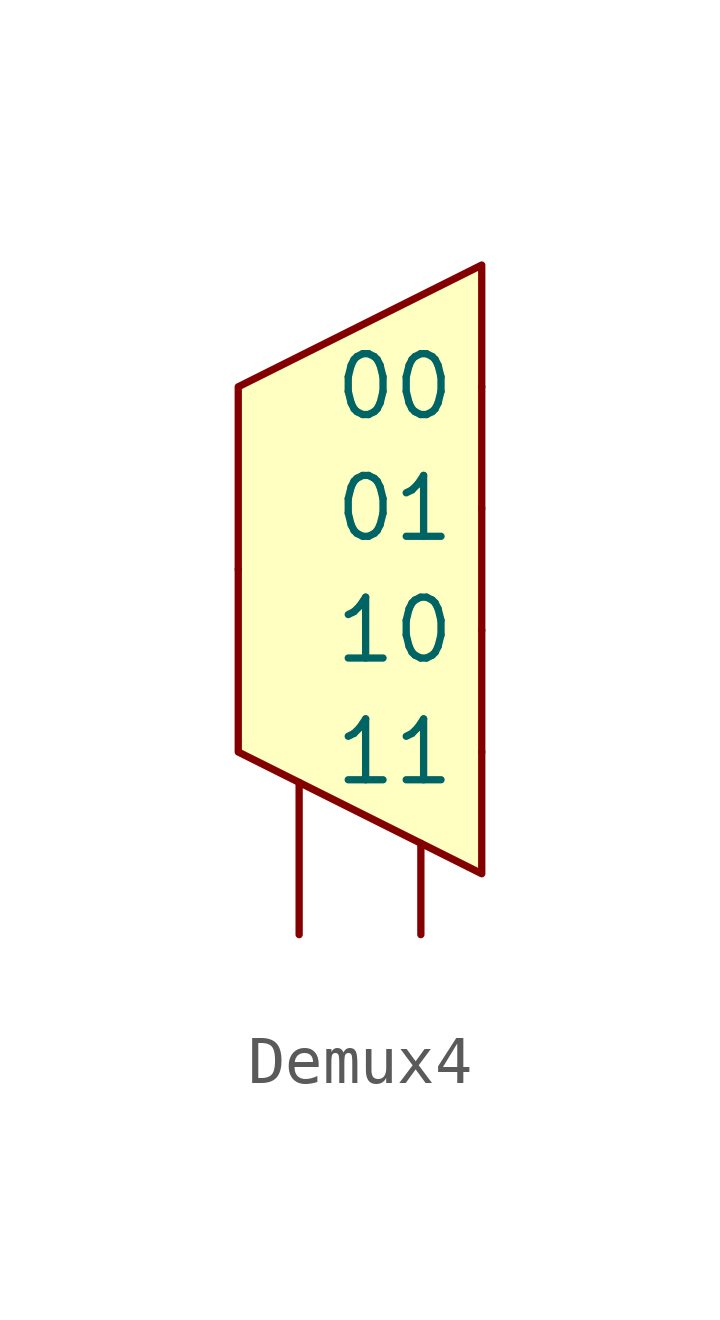
<source format=kicad_sym>
(kicad_symbol_lib
  (version 20211014)
  (generator kicad_symbol_editor)
  (symbol "Demux4"
    (property "Reference" "U"
      (at 0 7.62 0)
      (effects (font (size 1.27 1.27)) hide))
    (symbol "Demux4_0_1"
      (polyline (pts (xy -2.54 3.81) (xy -2.54 -3.81) (xy 2.54 -6.35) (xy 2.54 6.35) (xy -2.54 3.81)) (stroke (width 0.152) (type default) (color 0 0 0 0)) (fill (type background))))
    (symbol "Demux4_1_1"
      (pin input line (at -1.27 -7.62 90) (length 3.175) (name "" (effects (font (size 1.27 1.27)))) (number "" (effects (font (size 1.27 1.27)))))
      (pin input line (at 1.27 -7.62 90) (length 1.905) (name "" (effects (font (size 1.27 1.27)))) (number "" (effects (font (size 1.27 1.27)))))
      (pin output line (at 2.54 3.81 180) (length 0) (name "00" (effects (font (size 1.27 1.27)))) (number "" (effects (font (size 1.27 1.27)))))
      (pin output line (at 2.54 1.27 180) (length 0) (name "01" (effects (font (size 1.27 1.27)))) (number "" (effects (font (size 1.27 1.27)))))
      (pin output line (at 2.54 -1.27 180) (length 0) (name "10" (effects (font (size 1.27 1.27)))) (number "" (effects (font (size 1.27 1.27)))))
      (pin output line (at 2.54 -3.81 180) (length 0) (name "11" (effects (font (size 1.27 1.27)))) (number "" (effects (font (size 1.27 1.27)))))
      (pin input line (at -2.54 0 0) (length 0) (name "~" (effects (font (size 1.27 1.27)))) (number "" (effects (font (size 1.27 1.27))))))))
</source>
